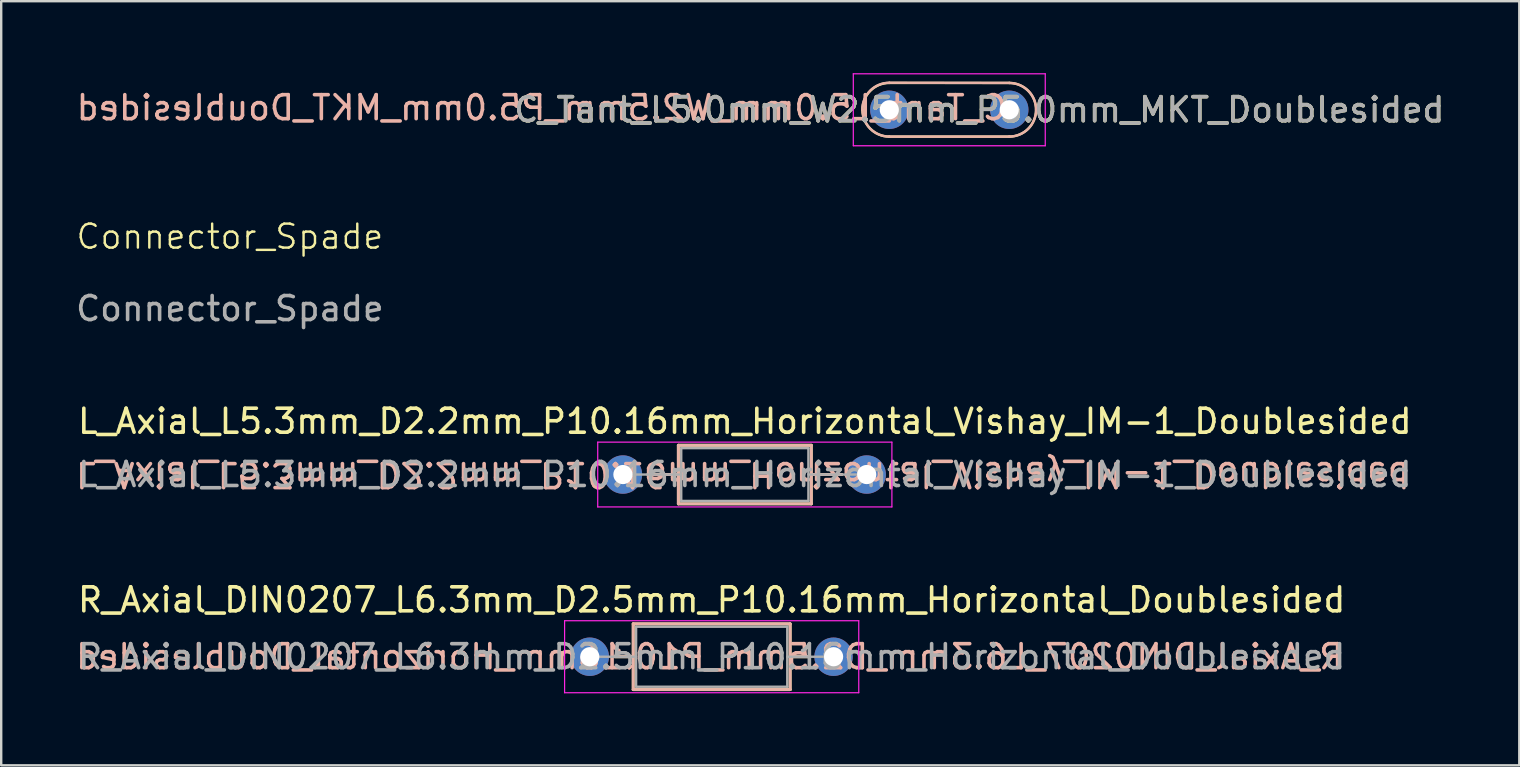
<source format=kicad_pcb>
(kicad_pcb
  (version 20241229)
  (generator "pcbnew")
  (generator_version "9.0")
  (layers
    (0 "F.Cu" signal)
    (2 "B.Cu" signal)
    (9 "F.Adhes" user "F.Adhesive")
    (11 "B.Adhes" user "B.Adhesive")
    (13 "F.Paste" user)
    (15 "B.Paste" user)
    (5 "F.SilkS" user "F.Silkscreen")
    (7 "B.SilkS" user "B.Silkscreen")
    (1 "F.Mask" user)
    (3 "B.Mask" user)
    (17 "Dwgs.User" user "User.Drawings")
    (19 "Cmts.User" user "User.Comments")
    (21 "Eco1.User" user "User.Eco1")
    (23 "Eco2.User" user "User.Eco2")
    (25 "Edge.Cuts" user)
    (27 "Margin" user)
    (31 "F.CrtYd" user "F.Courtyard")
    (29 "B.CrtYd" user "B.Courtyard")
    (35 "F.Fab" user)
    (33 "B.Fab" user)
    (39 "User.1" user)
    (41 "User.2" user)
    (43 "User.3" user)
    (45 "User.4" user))
  (footprint "L_Axial_L5.3mm_D2.2mm_P10.16mm_Horizontal_Vishay_IM-1_Doublesided"
    (layer "F.Cu")
    (at 22.911 16.727)
    (property "Reference" "L_Axial_L5.3mm_D2.2mm_P10.16mm_Horizontal_Vishay_IM-1_Doublesided" (at 5.08 -2.22 0) (layer "F.SilkS") (effects (font (size 1 1) (thickness 0.15))))
    (attr through_hole)
    (fp_line (start 1.04 0) (end 2.31 0) (stroke (width 0.12) (type solid)) (layer "F.SilkS"))
    (fp_line (start 2.31 -1.22) (end 2.31 1.22) (stroke (width 0.12) (type solid)) (layer "F.SilkS"))
    (fp_line (start 2.31 1.22) (end 7.85 1.22) (stroke (width 0.12) (type solid)) (layer "F.SilkS"))
    (fp_line (start 7.85 -1.22) (end 2.31 -1.22) (stroke (width 0.12) (type solid)) (layer "F.SilkS"))
    (fp_line (start 7.85 1.22) (end 7.85 -1.22) (stroke (width 0.12) (type solid)) (layer "F.SilkS"))
    (fp_line (start 9.12 0) (end 7.85 0) (stroke (width 0.12) (type solid)) (layer "F.SilkS"))
    (fp_line (start 1.04 0) (end 2.31 0) (stroke (width 0.12) (type solid)) (layer "B.SilkS"))
    (fp_line (start 2.31 -1.22) (end 7.85 -1.22) (stroke (width 0.12) (type solid)) (layer "B.SilkS"))
    (fp_line (start 2.31 1.22) (end 2.31 -1.22) (stroke (width 0.12) (type solid)) (layer "B.SilkS"))
    (fp_line (start 7.85 -1.22) (end 7.85 1.22) (stroke (width 0.12) (type solid)) (layer "B.SilkS"))
    (fp_line (start 7.85 1.22) (end 2.31 1.22) (stroke (width 0.12) (type solid)) (layer "B.SilkS"))
    (fp_line (start 9.12 0) (end 7.85 0) (stroke (width 0.12) (type solid)) (layer "B.SilkS"))
    (fp_line (start -1.05 -1.35) (end -1.05 1.35) (stroke (width 0.05) (type solid)) (layer "F.CrtYd"))
    (fp_line (start -1.05 1.35) (end 11.21 1.35) (stroke (width 0.05) (type solid)) (layer "F.CrtYd"))
    (fp_line (start 11.21 -1.35) (end -1.05 -1.35) (stroke (width 0.05) (type solid)) (layer "F.CrtYd"))
    (fp_line (start 11.21 1.35) (end 11.21 -1.35) (stroke (width 0.05) (type solid)) (layer "F.CrtYd"))
    (fp_line (start 0 0) (end 2.43 0) (stroke (width 0.1) (type solid)) (layer "F.Fab"))
    (fp_line (start 2.43 -1.1) (end 2.43 1.1) (stroke (width 0.1) (type solid)) (layer "F.Fab"))
    (fp_line (start 2.43 1.1) (end 7.73 1.1) (stroke (width 0.1) (type solid)) (layer "F.Fab"))
    (fp_line (start 7.73 -1.1) (end 2.43 -1.1) (stroke (width 0.1) (type solid)) (layer "F.Fab"))
    (fp_line (start 7.73 1.1) (end 7.73 -1.1) (stroke (width 0.1) (type solid)) (layer "F.Fab"))
    (fp_line (start 10.16 0) (end 7.73 0) (stroke (width 0.1) (type solid)) (layer "F.Fab"))
    (fp_text user "${REFERENCE}" (at 5 0 180) (unlocked yes) (layer "B.SilkS") (effects (font (size 1 1) (thickness 0.15)) (justify mirror)))
    (fp_text user "${REFERENCE}" (at 5.08 0 0) (layer "F.Fab") (effects (font (size 1 1) (thickness 0.15))))
    (pad "1" thru_hole circle (at 0 0) (size 1.6 1.6) (drill 0.8) (layers "*.Cu" "*.Mask"))
    (pad "2" thru_hole oval (at 10.16 0) (size 1.6 1.6) (drill 0.8) (layers "*.Cu" "*.Mask")))
  (footprint "R_Axial_DIN0207_L6.3mm_D2.5mm_P10.16mm_Horizontal_Doublesided"
    (layer "F.Cu")
    (at 21.53 24.32)
    (property "Reference" "R_Axial_DIN0207_L6.3mm_D2.5mm_P10.16mm_Horizontal_Doublesided" (at 5.08 -2.37 0) (layer "F.SilkS") (effects (font (size 1 1) (thickness 0.15))))
    (attr through_hole)
    (fp_line (start 1.04 0) (end 1.81 0) (stroke (width 0.12) (type solid)) (layer "F.SilkS"))
    (fp_line (start 1.81 -1.37) (end 1.81 1.37) (stroke (width 0.12) (type solid)) (layer "F.SilkS"))
    (fp_line (start 1.81 1.37) (end 8.35 1.37) (stroke (width 0.12) (type solid)) (layer "F.SilkS"))
    (fp_line (start 8.35 -1.37) (end 1.81 -1.37) (stroke (width 0.12) (type solid)) (layer "F.SilkS"))
    (fp_line (start 8.35 1.37) (end 8.35 -1.37) (stroke (width 0.12) (type solid)) (layer "F.SilkS"))
    (fp_line (start 9.12 0) (end 8.35 0) (stroke (width 0.12) (type solid)) (layer "F.SilkS"))
    (fp_line (start 1.04 0) (end 1.81 0) (stroke (width 0.12) (type solid)) (layer "B.SilkS"))
    (fp_line (start 1.81 -1.37) (end 8.35 -1.37) (stroke (width 0.12) (type solid)) (layer "B.SilkS"))
    (fp_line (start 1.81 1.37) (end 1.81 -1.37) (stroke (width 0.12) (type solid)) (layer "B.SilkS"))
    (fp_line (start 8.35 -1.37) (end 8.35 1.37) (stroke (width 0.12) (type solid)) (layer "B.SilkS"))
    (fp_line (start 8.35 1.37) (end 1.81 1.37) (stroke (width 0.12) (type solid)) (layer "B.SilkS"))
    (fp_line (start 9.12 0) (end 8.35 0) (stroke (width 0.12) (type solid)) (layer "B.SilkS"))
    (fp_line (start -1.05 -1.5) (end -1.05 1.5) (stroke (width 0.05) (type solid)) (layer "F.CrtYd"))
    (fp_line (start -1.05 1.5) (end 11.21 1.5) (stroke (width 0.05) (type solid)) (layer "F.CrtYd"))
    (fp_line (start 11.21 -1.5) (end -1.05 -1.5) (stroke (width 0.05) (type solid)) (layer "F.CrtYd"))
    (fp_line (start 11.21 1.5) (end 11.21 -1.5) (stroke (width 0.05) (type solid)) (layer "F.CrtYd"))
    (fp_line (start 0 0) (end 1.93 0) (stroke (width 0.1) (type solid)) (layer "F.Fab"))
    (fp_line (start 1.93 -1.25) (end 1.93 1.25) (stroke (width 0.1) (type solid)) (layer "F.Fab"))
    (fp_line (start 1.93 1.25) (end 8.23 1.25) (stroke (width 0.1) (type solid)) (layer "F.Fab"))
    (fp_line (start 8.23 -1.25) (end 1.93 -1.25) (stroke (width 0.1) (type solid)) (layer "F.Fab"))
    (fp_line (start 8.23 1.25) (end 8.23 -1.25) (stroke (width 0.1) (type solid)) (layer "F.Fab"))
    (fp_line (start 10.16 0) (end 8.23 0) (stroke (width 0.1) (type solid)) (layer "F.Fab"))
    (fp_text user "${REFERENCE}" (at 5 0 0) (unlocked yes) (layer "B.SilkS") (effects (font (size 1 1) (thickness 0.15)) (justify mirror)))
    (fp_text user "${REFERENCE}" (at 5.08 0 0) (layer "F.Fab") (effects (font (size 1 1) (thickness 0.15))))
    (pad "1" thru_hole circle (at 0 0) (size 1.6 1.6) (drill 0.8) (layers "*.Cu" "*.Mask"))
    (pad "2" thru_hole oval (at 10.16 0) (size 1.6 1.6) (drill 0.8) (layers "*.Cu" "*.Mask")))
  (footprint "C_Tant_L5.0mm_W2.5mm_P5.0mm_MKT_Doublesided"
    (layer "F.Cu")
    (at 34.012 1.525)
    (property "Reference" "C_Tant_L5.0mm_W2.5mm_P5.0mm_MKT_Doublesided" (at 3.75 0 0) (layer "F.SilkS") (effects (font (size 1 1) (thickness 0.15))))
    (attr through_hole)
    (fp_line (start -0.000001 -1.118) (end 5 -1.118) (stroke (width 0.1) (type default)) (layer "F.SilkS"))
    (fp_line (start -0.000001 1.118) (end 5 1.118) (stroke (width 0.1) (type default)) (layer "F.SilkS"))
    (fp_arc (start -1.118033 0) (mid -0.790569 -0.790569) (end 0 -1.118033) (stroke (width 0.1) (type default)) (layer "F.SilkS"))
    (fp_arc (start 0 1.118033) (mid -0.790569 0.790569) (end -1.118033 0) (stroke (width 0.1) (type default)) (layer "F.SilkS"))
    (fp_arc (start 5 -1.118033) (mid 5.790569 -0.790569) (end 6.118033 0) (stroke (width 0.1) (type default)) (layer "F.SilkS"))
    (fp_arc (start 6.118033 0.000002) (mid 5.790569 0.790569) (end 5.000002 1.118033) (stroke (width 0.1) (type default)) (layer "F.SilkS"))
    (fp_line (start 5 -1.118) (end 0 -1.127) (stroke (width 0.1) (type default)) (layer "B.SilkS"))
    (fp_line (start 5 1.118) (end 0 1.118) (stroke (width 0.1) (type default)) (layer "B.SilkS"))
    (fp_arc (start -1.127464 0) (mid -0.797237 -0.797237) (end 0 -1.127464) (stroke (width 0.1) (type solid)) (layer "B.SilkS"))
    (fp_arc (start 0 1.118033) (mid -0.790567 0.790569) (end -1.118031 0.000002) (stroke (width 0.1) (type default)) (layer "B.SilkS"))
    (fp_arc (start 5 -1.118033) (mid 5.790569 -0.790569) (end 6.118033 0) (stroke (width 0.1) (type default)) (layer "B.SilkS"))
    (fp_arc (start 6.118033 0) (mid 5.790569 0.790569) (end 5 1.118033) (stroke (width 0.1) (type default)) (layer "B.SilkS"))
    (fp_line (start -1.5 -1.5) (end -1.5 1.5) (stroke (width 0.05) (type solid)) (layer "F.CrtYd"))
    (fp_line (start -1.5 1.5) (end 6.5 1.5) (stroke (width 0.05) (type solid)) (layer "F.CrtYd"))
    (fp_line (start 6.5 -1.5) (end -1.5 -1.5) (stroke (width 0.05) (type solid)) (layer "F.CrtYd"))
    (fp_line (start 6.5 1.5) (end 6.5 -1.5) (stroke (width 0.05) (type solid)) (layer "F.CrtYd"))
    (fp_text user "${REFERENCE}" (at 5 0.5 0) (unlocked yes) (layer "B.SilkS") (effects (font (size 1 1) (thickness 0.15)) (justify left bottom mirror)))
    (fp_text user "${REFERENCE}" (at 3.75 0 0) (layer "F.Fab") (effects (font (size 1 1) (thickness 0.15))))
    (pad "1" thru_hole circle (at 0 0) (size 1.6 1.6) (drill 0.8) (layers "*.Cu" "*.Mask"))
    (pad "2" thru_hole circle (at 5 0) (size 1.6 1.6) (drill 0.8) (layers "*.Cu" "*.Mask")))
  (footprint "Connector_Spade"
    (layer "F.Cu")
    (at 6.53 7.311)
    (property "Reference" "Connector_Spade" (at 0 -0.5 0) (unlocked yes) (layer "F.SilkS") (effects (font (size 1 1) (thickness 0.1))))
    (attr through_hole)
    (fp_text user "${REFERENCE}" (at 0 2.5 0) (unlocked yes) (layer "F.Fab") (effects (font (size 1 1) (thickness 0.15)))))
  (gr_rect
    (start -3 -3)
    (end 60.268 28.845)
    (stroke (width 0.1) (type default))
    (fill no)
    (layer "Edge.Cuts")))
</source>
